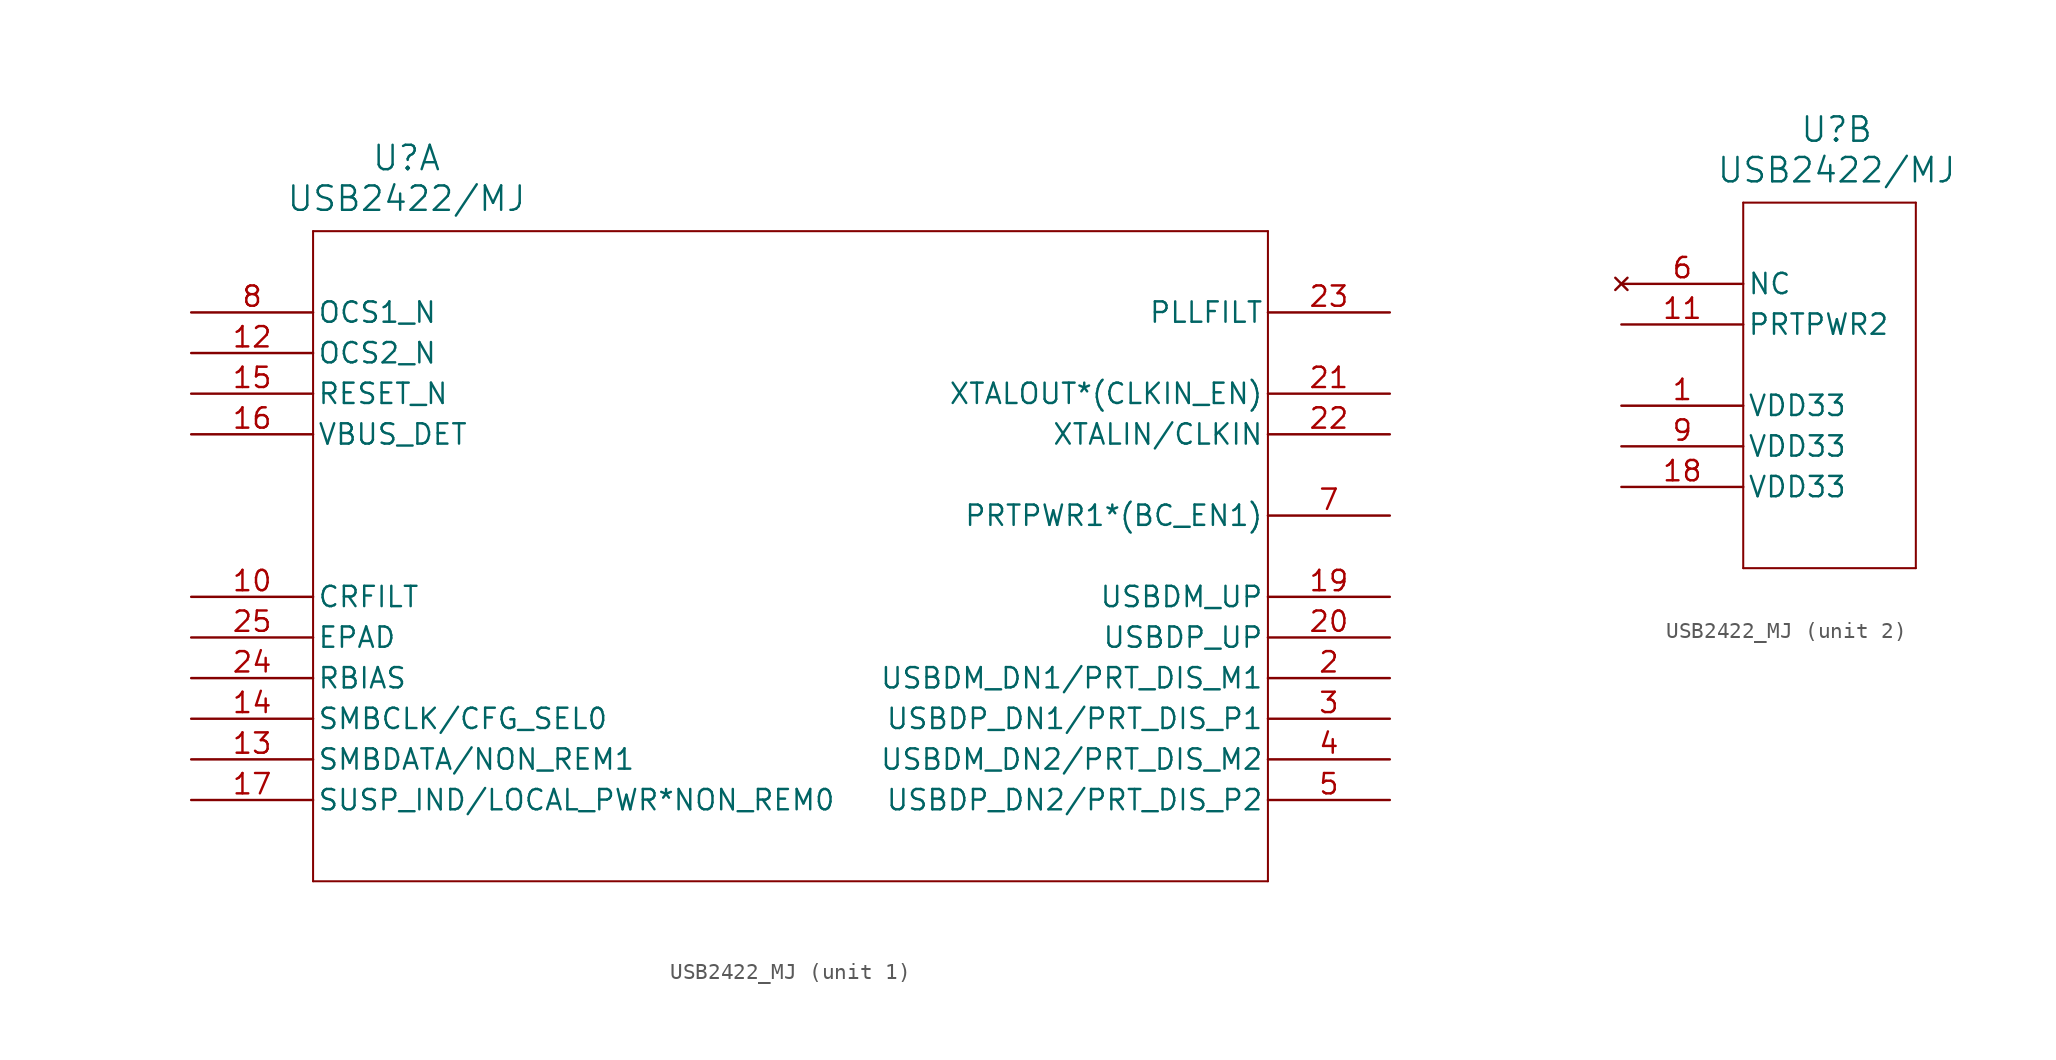
<source format=kicad_sym>
(kicad_symbol_lib
  (version 20241209)
  (generator "kicad_symbol_editor")
  (generator_version "9.0")
  (symbol "USB2422_MJ"
    (pin_names
      (offset 0.254))
    (property "Reference" "U"
      (at 13.462 9.652 0)
      (effects (font (size 1.524 1.524))))
    (property "Value" "USB2422/MJ"
      (at 13.462 7.112 0)
      (effects (font (size 1.524 1.524))))
    (property "ki_locked" ""
      (at 0 0 0)
      (effects (font (size 1.27 1.27))))
    (symbol "USB2422_MJ_1_1"
      (polyline (pts (xy 7.62 5.08) (xy 7.62 -35.56)) (stroke (width 0.127) (type default)) (fill (type none)))
      (polyline (pts (xy 7.62 -35.56) (xy 67.31 -35.56)) (stroke (width 0.127) (type default)) (fill (type none)))
      (polyline (pts (xy 67.31 5.08) (xy 7.62 5.08)) (stroke (width 0.127) (type default)) (fill (type none)))
      (polyline (pts (xy 67.31 -35.56) (xy 67.31 5.08)) (stroke (width 0.127) (type default)) (fill (type none)))
      (pin input line (at 0 0 0) (length 7.62) (name "OCS1_N" (effects (font (size 1.27 1.27)))) (number "8" (effects (font (size 1.27 1.27)))))
      (pin input line (at 0 -2.54 0) (length 7.62) (name "OCS2_N" (effects (font (size 1.27 1.27)))) (number "12" (effects (font (size 1.27 1.27)))))
      (pin input line (at 0 -5.08 0) (length 7.62) (name "RESET_N" (effects (font (size 1.27 1.27)))) (number "15" (effects (font (size 1.27 1.27)))))
      (pin input line (at 0 -7.62 0) (length 7.62) (name "VBUS_DET" (effects (font (size 1.27 1.27)))) (number "16" (effects (font (size 1.27 1.27)))))
      (pin unspecified line (at 0 -17.78 0) (length 7.62) (name "CRFILT" (effects (font (size 1.27 1.27)))) (number "10" (effects (font (size 1.27 1.27)))))
      (pin unspecified line (at 0 -20.32 0) (length 7.62) (name "EPAD" (effects (font (size 1.27 1.27)))) (number "25" (effects (font (size 1.27 1.27)))))
      (pin unspecified line (at 0 -22.86 0) (length 7.62) (name "RBIAS" (effects (font (size 1.27 1.27)))) (number "24" (effects (font (size 1.27 1.27)))))
      (pin bidirectional line (at 0 -25.4 0) (length 7.62) (name "SMBCLK/CFG_SEL0" (effects (font (size 1.27 1.27)))) (number "14" (effects (font (size 1.27 1.27)))))
      (pin bidirectional line (at 0 -27.94 0) (length 7.62) (name "SMBDATA/NON_REM1" (effects (font (size 1.27 1.27)))) (number "13" (effects (font (size 1.27 1.27)))))
      (pin bidirectional line (at 0 -30.48 0) (length 7.62) (name "SUSP_IND/LOCAL_PWR*NON_REM0" (effects (font (size 1.27 1.27)))) (number "17" (effects (font (size 1.27 1.27)))))
      (pin output line (at 74.93 0 180) (length 7.62) (name "PLLFILT" (effects (font (size 1.27 1.27)))) (number "23" (effects (font (size 1.27 1.27)))))
      (pin output line (at 74.93 -5.08 180) (length 7.62) (name "XTALOUT*(CLKIN_EN)" (effects (font (size 1.27 1.27)))) (number "21" (effects (font (size 1.27 1.27)))))
      (pin input line (at 74.93 -7.62 180) (length 7.62) (name "XTALIN/CLKIN" (effects (font (size 1.27 1.27)))) (number "22" (effects (font (size 1.27 1.27)))))
      (pin bidirectional line (at 74.93 -12.7 180) (length 7.62) (name "PRTPWR1*(BC_EN1)" (effects (font (size 1.27 1.27)))) (number "7" (effects (font (size 1.27 1.27)))))
      (pin unspecified line (at 74.93 -17.78 180) (length 7.62) (name "USBDM_UP" (effects (font (size 1.27 1.27)))) (number "19" (effects (font (size 1.27 1.27)))))
      (pin unspecified line (at 74.93 -20.32 180) (length 7.62) (name "USBDP_UP" (effects (font (size 1.27 1.27)))) (number "20" (effects (font (size 1.27 1.27)))))
      (pin bidirectional line (at 74.93 -22.86 180) (length 7.62) (name "USBDM_DN1/PRT_DIS_M1" (effects (font (size 1.27 1.27)))) (number "2" (effects (font (size 1.27 1.27)))))
      (pin bidirectional line (at 74.93 -25.4 180) (length 7.62) (name "USBDP_DN1/PRT_DIS_P1" (effects (font (size 1.27 1.27)))) (number "3" (effects (font (size 1.27 1.27)))))
      (pin bidirectional line (at 74.93 -27.94 180) (length 7.62) (name "USBDM_DN2/PRT_DIS_M2" (effects (font (size 1.27 1.27)))) (number "4" (effects (font (size 1.27 1.27)))))
      (pin bidirectional line (at 74.93 -30.48 180) (length 7.62) (name "USBDP_DN2/PRT_DIS_P2" (effects (font (size 1.27 1.27)))) (number "5" (effects (font (size 1.27 1.27))))))
    (symbol "USB2422_MJ_2_1"
      (polyline (pts (xy 7.62 5.08) (xy 7.62 -17.78)) (stroke (width 0.127) (type default)) (fill (type none)))
      (polyline (pts (xy 7.62 -17.78) (xy 18.415 -17.78)) (stroke (width 0.127) (type default)) (fill (type none)))
      (polyline (pts (xy 18.415 5.08) (xy 7.62 5.08)) (stroke (width 0.127) (type default)) (fill (type none)))
      (polyline (pts (xy 18.415 -17.78) (xy 18.415 5.08)) (stroke (width 0.127) (type default)) (fill (type none)))
      (pin no_connect line (at 0 0 0) (length 7.62) (name "NC" (effects (font (size 1.27 1.27)))) (number "6" (effects (font (size 1.27 1.27)))))
      (pin power_in line (at 0 -2.54 0) (length 7.62) (name "PRTPWR2" (effects (font (size 1.27 1.27)))) (number "11" (effects (font (size 1.27 1.27)))))
      (pin power_in line (at 0 -7.62 0) (length 7.62) (name "VDD33" (effects (font (size 1.27 1.27)))) (number "1" (effects (font (size 1.27 1.27)))))
      (pin power_in line (at 0 -10.16 0) (length 7.62) (name "VDD33" (effects (font (size 1.27 1.27)))) (number "9" (effects (font (size 1.27 1.27)))))
      (pin power_in line (at 0 -12.7 0) (length 7.62) (name "VDD33" (effects (font (size 1.27 1.27)))) (number "18" (effects (font (size 1.27 1.27))))))))
</source>
